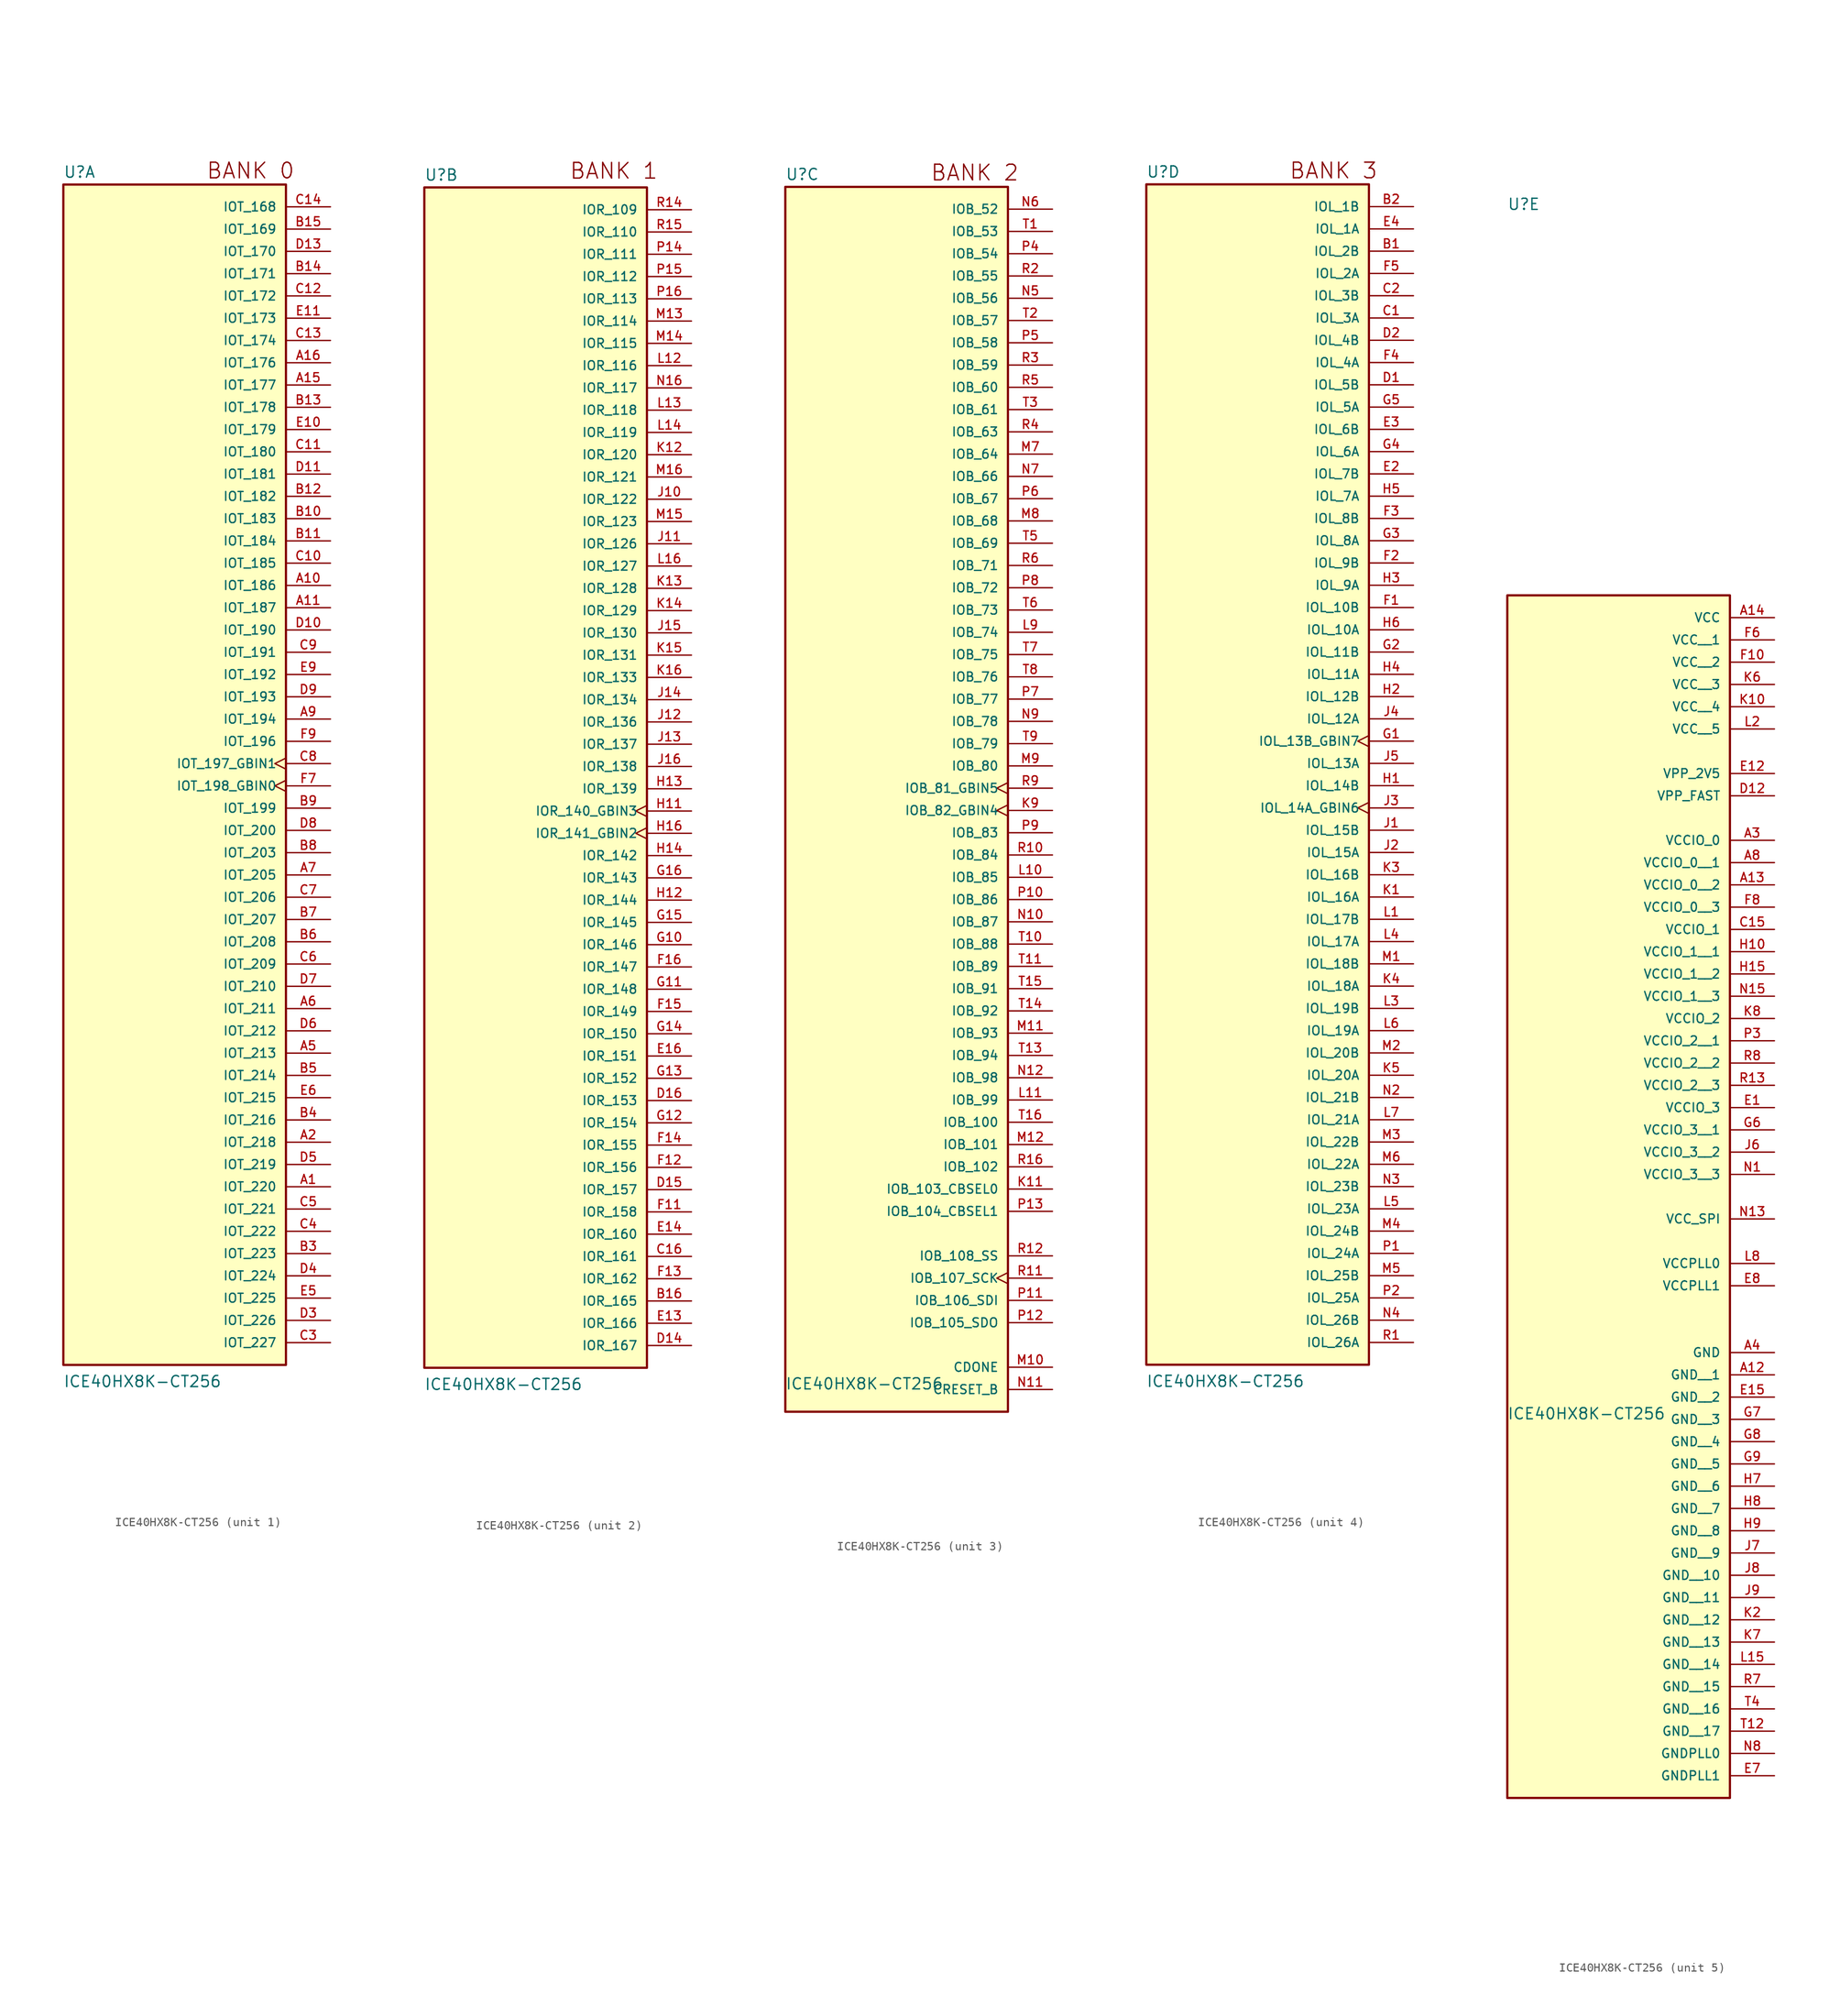
<source format=kicad_sym>
(kicad_symbol_lib
  (version 20231120)
  (generator "kicad_symbol_editor")
  (generator_version "8.0")
  (symbol "ICE40HX8K-CT256"
    (pin_names
      (offset 1.016))
    (property "Reference" "U"
      (at -12.708 69.259 0)
      (effects (font (size 1.27 1.27)) (justify left bottom)))
    (property "Value" "ICE40HX8K-CT256"
      (at -12.718 -68.676 0)
      (effects (font (size 1.27 1.27)) (justify left bottom)))
    (symbol "ICE40HX8K-CT256_1_0"
      (rectangle (start -12.7 -66.04) (end 12.7 68.58) (stroke (width 0.254) (type default)) (fill (type background)))
      (text "BANK 0" (at 3.558 69.127 0) (effects (font (size 1.779 1.779)) (justify left bottom)))
      (pin bidirectional line (at 17.78 -45.72 180) (length 5.08) (name "IOT_220" (effects (font (size 1.016 1.016)))) (number "A1" (effects (font (size 1.016 1.016)))))
      (pin bidirectional line (at 17.78 22.86 180) (length 5.08) (name "IOT_186" (effects (font (size 1.016 1.016)))) (number "A10" (effects (font (size 1.016 1.016)))))
      (pin bidirectional line (at 17.78 20.32 180) (length 5.08) (name "IOT_187" (effects (font (size 1.016 1.016)))) (number "A11" (effects (font (size 1.016 1.016)))))
      (pin bidirectional line (at 17.78 45.72 180) (length 5.08) (name "IOT_177" (effects (font (size 1.016 1.016)))) (number "A15" (effects (font (size 1.016 1.016)))))
      (pin bidirectional line (at 17.78 48.26 180) (length 5.08) (name "IOT_176" (effects (font (size 1.016 1.016)))) (number "A16" (effects (font (size 1.016 1.016)))))
      (pin bidirectional line (at 17.78 -40.64 180) (length 5.08) (name "IOT_218" (effects (font (size 1.016 1.016)))) (number "A2" (effects (font (size 1.016 1.016)))))
      (pin bidirectional line (at 17.78 -30.48 180) (length 5.08) (name "IOT_213" (effects (font (size 1.016 1.016)))) (number "A5" (effects (font (size 1.016 1.016)))))
      (pin bidirectional line (at 17.78 -25.4 180) (length 5.08) (name "IOT_211" (effects (font (size 1.016 1.016)))) (number "A6" (effects (font (size 1.016 1.016)))))
      (pin bidirectional line (at 17.78 -10.16 180) (length 5.08) (name "IOT_205" (effects (font (size 1.016 1.016)))) (number "A7" (effects (font (size 1.016 1.016)))))
      (pin bidirectional line (at 17.78 7.62 180) (length 5.08) (name "IOT_194" (effects (font (size 1.016 1.016)))) (number "A9" (effects (font (size 1.016 1.016)))))
      (pin bidirectional line (at 17.78 30.48 180) (length 5.08) (name "IOT_183" (effects (font (size 1.016 1.016)))) (number "B10" (effects (font (size 1.016 1.016)))))
      (pin bidirectional line (at 17.78 27.94 180) (length 5.08) (name "IOT_184" (effects (font (size 1.016 1.016)))) (number "B11" (effects (font (size 1.016 1.016)))))
      (pin bidirectional line (at 17.78 33.02 180) (length 5.08) (name "IOT_182" (effects (font (size 1.016 1.016)))) (number "B12" (effects (font (size 1.016 1.016)))))
      (pin bidirectional line (at 17.78 43.18 180) (length 5.08) (name "IOT_178" (effects (font (size 1.016 1.016)))) (number "B13" (effects (font (size 1.016 1.016)))))
      (pin bidirectional line (at 17.78 58.42 180) (length 5.08) (name "IOT_171" (effects (font (size 1.016 1.016)))) (number "B14" (effects (font (size 1.016 1.016)))))
      (pin bidirectional line (at 17.78 63.5 180) (length 5.08) (name "IOT_169" (effects (font (size 1.016 1.016)))) (number "B15" (effects (font (size 1.016 1.016)))))
      (pin bidirectional line (at 17.78 -53.34 180) (length 5.08) (name "IOT_223" (effects (font (size 1.016 1.016)))) (number "B3" (effects (font (size 1.016 1.016)))))
      (pin bidirectional line (at 17.78 -38.1 180) (length 5.08) (name "IOT_216" (effects (font (size 1.016 1.016)))) (number "B4" (effects (font (size 1.016 1.016)))))
      (pin bidirectional line (at 17.78 -33.02 180) (length 5.08) (name "IOT_214" (effects (font (size 1.016 1.016)))) (number "B5" (effects (font (size 1.016 1.016)))))
      (pin bidirectional line (at 17.78 -17.78 180) (length 5.08) (name "IOT_208" (effects (font (size 1.016 1.016)))) (number "B6" (effects (font (size 1.016 1.016)))))
      (pin bidirectional line (at 17.78 -15.24 180) (length 5.08) (name "IOT_207" (effects (font (size 1.016 1.016)))) (number "B7" (effects (font (size 1.016 1.016)))))
      (pin bidirectional line (at 17.78 -7.62 180) (length 5.08) (name "IOT_203" (effects (font (size 1.016 1.016)))) (number "B8" (effects (font (size 1.016 1.016)))))
      (pin bidirectional line (at 17.78 -2.54 180) (length 5.08) (name "IOT_199" (effects (font (size 1.016 1.016)))) (number "B9" (effects (font (size 1.016 1.016)))))
      (pin bidirectional line (at 17.78 25.4 180) (length 5.08) (name "IOT_185" (effects (font (size 1.016 1.016)))) (number "C10" (effects (font (size 1.016 1.016)))))
      (pin bidirectional line (at 17.78 38.1 180) (length 5.08) (name "IOT_180" (effects (font (size 1.016 1.016)))) (number "C11" (effects (font (size 1.016 1.016)))))
      (pin bidirectional line (at 17.78 55.88 180) (length 5.08) (name "IOT_172" (effects (font (size 1.016 1.016)))) (number "C12" (effects (font (size 1.016 1.016)))))
      (pin bidirectional line (at 17.78 50.8 180) (length 5.08) (name "IOT_174" (effects (font (size 1.016 1.016)))) (number "C13" (effects (font (size 1.016 1.016)))))
      (pin bidirectional line (at 17.78 66.04 180) (length 5.08) (name "IOT_168" (effects (font (size 1.016 1.016)))) (number "C14" (effects (font (size 1.016 1.016)))))
      (pin bidirectional line (at 17.78 -63.5 180) (length 5.08) (name "IOT_227" (effects (font (size 1.016 1.016)))) (number "C3" (effects (font (size 1.016 1.016)))))
      (pin bidirectional line (at 17.78 -50.8 180) (length 5.08) (name "IOT_222" (effects (font (size 1.016 1.016)))) (number "C4" (effects (font (size 1.016 1.016)))))
      (pin bidirectional line (at 17.78 -48.26 180) (length 5.08) (name "IOT_221" (effects (font (size 1.016 1.016)))) (number "C5" (effects (font (size 1.016 1.016)))))
      (pin bidirectional line (at 17.78 -20.32 180) (length 5.08) (name "IOT_209" (effects (font (size 1.016 1.016)))) (number "C6" (effects (font (size 1.016 1.016)))))
      (pin bidirectional line (at 17.78 -12.7 180) (length 5.08) (name "IOT_206" (effects (font (size 1.016 1.016)))) (number "C7" (effects (font (size 1.016 1.016)))))
      (pin bidirectional clock (at 17.78 2.54 180) (length 5.08) (name "IOT_197_GBIN1" (effects (font (size 1.016 1.016)))) (number "C8" (effects (font (size 1.016 1.016)))))
      (pin bidirectional line (at 17.78 15.24 180) (length 5.08) (name "IOT_191" (effects (font (size 1.016 1.016)))) (number "C9" (effects (font (size 1.016 1.016)))))
      (pin bidirectional line (at 17.78 17.78 180) (length 5.08) (name "IOT_190" (effects (font (size 1.016 1.016)))) (number "D10" (effects (font (size 1.016 1.016)))))
      (pin bidirectional line (at 17.78 35.56 180) (length 5.08) (name "IOT_181" (effects (font (size 1.016 1.016)))) (number "D11" (effects (font (size 1.016 1.016)))))
      (pin bidirectional line (at 17.78 60.96 180) (length 5.08) (name "IOT_170" (effects (font (size 1.016 1.016)))) (number "D13" (effects (font (size 1.016 1.016)))))
      (pin bidirectional line (at 17.78 -60.96 180) (length 5.08) (name "IOT_226" (effects (font (size 1.016 1.016)))) (number "D3" (effects (font (size 1.016 1.016)))))
      (pin bidirectional line (at 17.78 -55.88 180) (length 5.08) (name "IOT_224" (effects (font (size 1.016 1.016)))) (number "D4" (effects (font (size 1.016 1.016)))))
      (pin bidirectional line (at 17.78 -43.18 180) (length 5.08) (name "IOT_219" (effects (font (size 1.016 1.016)))) (number "D5" (effects (font (size 1.016 1.016)))))
      (pin bidirectional line (at 17.78 -27.94 180) (length 5.08) (name "IOT_212" (effects (font (size 1.016 1.016)))) (number "D6" (effects (font (size 1.016 1.016)))))
      (pin bidirectional line (at 17.78 -22.86 180) (length 5.08) (name "IOT_210" (effects (font (size 1.016 1.016)))) (number "D7" (effects (font (size 1.016 1.016)))))
      (pin bidirectional line (at 17.78 -5.08 180) (length 5.08) (name "IOT_200" (effects (font (size 1.016 1.016)))) (number "D8" (effects (font (size 1.016 1.016)))))
      (pin bidirectional line (at 17.78 10.16 180) (length 5.08) (name "IOT_193" (effects (font (size 1.016 1.016)))) (number "D9" (effects (font (size 1.016 1.016)))))
      (pin bidirectional line (at 17.78 40.64 180) (length 5.08) (name "IOT_179" (effects (font (size 1.016 1.016)))) (number "E10" (effects (font (size 1.016 1.016)))))
      (pin bidirectional line (at 17.78 53.34 180) (length 5.08) (name "IOT_173" (effects (font (size 1.016 1.016)))) (number "E11" (effects (font (size 1.016 1.016)))))
      (pin bidirectional line (at 17.78 -58.42 180) (length 5.08) (name "IOT_225" (effects (font (size 1.016 1.016)))) (number "E5" (effects (font (size 1.016 1.016)))))
      (pin bidirectional line (at 17.78 -35.56 180) (length 5.08) (name "IOT_215" (effects (font (size 1.016 1.016)))) (number "E6" (effects (font (size 1.016 1.016)))))
      (pin bidirectional line (at 17.78 12.7 180) (length 5.08) (name "IOT_192" (effects (font (size 1.016 1.016)))) (number "E9" (effects (font (size 1.016 1.016)))))
      (pin bidirectional clock (at 17.78 0 180) (length 5.08) (name "IOT_198_GBIN0" (effects (font (size 1.016 1.016)))) (number "F7" (effects (font (size 1.016 1.016)))))
      (pin bidirectional line (at 17.78 5.08 180) (length 5.08) (name "IOT_196" (effects (font (size 1.016 1.016)))) (number "F9" (effects (font (size 1.016 1.016))))))
    (symbol "ICE40HX8K-CT256_2_0"
      (rectangle (start -12.7 -66.04) (end 12.7 68.58) (stroke (width 0.254) (type default)) (fill (type background)))
      (text "BANK 1" (at 3.815 69.429 0) (effects (font (size 1.78 1.78)) (justify left bottom)))
      (pin bidirectional line (at 17.78 -58.42 180) (length 5.08) (name "IOR_165" (effects (font (size 1.016 1.016)))) (number "B16" (effects (font (size 1.016 1.016)))))
      (pin bidirectional line (at 17.78 -53.34 180) (length 5.08) (name "IOR_161" (effects (font (size 1.016 1.016)))) (number "C16" (effects (font (size 1.016 1.016)))))
      (pin bidirectional line (at 17.78 -63.5 180) (length 5.08) (name "IOR_167" (effects (font (size 1.016 1.016)))) (number "D14" (effects (font (size 1.016 1.016)))))
      (pin bidirectional line (at 17.78 -45.72 180) (length 5.08) (name "IOR_157" (effects (font (size 1.016 1.016)))) (number "D15" (effects (font (size 1.016 1.016)))))
      (pin bidirectional line (at 17.78 -35.56 180) (length 5.08) (name "IOR_153" (effects (font (size 1.016 1.016)))) (number "D16" (effects (font (size 1.016 1.016)))))
      (pin bidirectional line (at 17.78 -60.96 180) (length 5.08) (name "IOR_166" (effects (font (size 1.016 1.016)))) (number "E13" (effects (font (size 1.016 1.016)))))
      (pin bidirectional line (at 17.78 -50.8 180) (length 5.08) (name "IOR_160" (effects (font (size 1.016 1.016)))) (number "E14" (effects (font (size 1.016 1.016)))))
      (pin bidirectional line (at 17.78 -30.48 180) (length 5.08) (name "IOR_151" (effects (font (size 1.016 1.016)))) (number "E16" (effects (font (size 1.016 1.016)))))
      (pin bidirectional line (at 17.78 -48.26 180) (length 5.08) (name "IOR_158" (effects (font (size 1.016 1.016)))) (number "F11" (effects (font (size 1.016 1.016)))))
      (pin bidirectional line (at 17.78 -43.18 180) (length 5.08) (name "IOR_156" (effects (font (size 1.016 1.016)))) (number "F12" (effects (font (size 1.016 1.016)))))
      (pin bidirectional line (at 17.78 -55.88 180) (length 5.08) (name "IOR_162" (effects (font (size 1.016 1.016)))) (number "F13" (effects (font (size 1.016 1.016)))))
      (pin bidirectional line (at 17.78 -40.64 180) (length 5.08) (name "IOR_155" (effects (font (size 1.016 1.016)))) (number "F14" (effects (font (size 1.016 1.016)))))
      (pin bidirectional line (at 17.78 -25.4 180) (length 5.08) (name "IOR_149" (effects (font (size 1.016 1.016)))) (number "F15" (effects (font (size 1.016 1.016)))))
      (pin bidirectional line (at 17.78 -20.32 180) (length 5.08) (name "IOR_147" (effects (font (size 1.016 1.016)))) (number "F16" (effects (font (size 1.016 1.016)))))
      (pin bidirectional line (at 17.78 -17.78 180) (length 5.08) (name "IOR_146" (effects (font (size 1.016 1.016)))) (number "G10" (effects (font (size 1.016 1.016)))))
      (pin bidirectional line (at 17.78 -22.86 180) (length 5.08) (name "IOR_148" (effects (font (size 1.016 1.016)))) (number "G11" (effects (font (size 1.016 1.016)))))
      (pin bidirectional line (at 17.78 -38.1 180) (length 5.08) (name "IOR_154" (effects (font (size 1.016 1.016)))) (number "G12" (effects (font (size 1.016 1.016)))))
      (pin bidirectional line (at 17.78 -33.02 180) (length 5.08) (name "IOR_152" (effects (font (size 1.016 1.016)))) (number "G13" (effects (font (size 1.016 1.016)))))
      (pin bidirectional line (at 17.78 -27.94 180) (length 5.08) (name "IOR_150" (effects (font (size 1.016 1.016)))) (number "G14" (effects (font (size 1.016 1.016)))))
      (pin bidirectional line (at 17.78 -15.24 180) (length 5.08) (name "IOR_145" (effects (font (size 1.016 1.016)))) (number "G15" (effects (font (size 1.016 1.016)))))
      (pin bidirectional line (at 17.78 -10.16 180) (length 5.08) (name "IOR_143" (effects (font (size 1.016 1.016)))) (number "G16" (effects (font (size 1.016 1.016)))))
      (pin bidirectional clock (at 17.78 -2.54 180) (length 5.08) (name "IOR_140_GBIN3" (effects (font (size 1.016 1.016)))) (number "H11" (effects (font (size 1.016 1.016)))))
      (pin bidirectional line (at 17.78 -12.7 180) (length 5.08) (name "IOR_144" (effects (font (size 1.016 1.016)))) (number "H12" (effects (font (size 1.016 1.016)))))
      (pin bidirectional line (at 17.78 0 180) (length 5.08) (name "IOR_139" (effects (font (size 1.016 1.016)))) (number "H13" (effects (font (size 1.016 1.016)))))
      (pin bidirectional line (at 17.78 -7.62 180) (length 5.08) (name "IOR_142" (effects (font (size 1.016 1.016)))) (number "H14" (effects (font (size 1.016 1.016)))))
      (pin bidirectional clock (at 17.78 -5.08 180) (length 5.08) (name "IOR_141_GBIN2" (effects (font (size 1.016 1.016)))) (number "H16" (effects (font (size 1.016 1.016)))))
      (pin bidirectional line (at 17.78 33.02 180) (length 5.08) (name "IOR_122" (effects (font (size 1.016 1.016)))) (number "J10" (effects (font (size 1.016 1.016)))))
      (pin bidirectional line (at 17.78 27.94 180) (length 5.08) (name "IOR_126" (effects (font (size 1.016 1.016)))) (number "J11" (effects (font (size 1.016 1.016)))))
      (pin bidirectional line (at 17.78 7.62 180) (length 5.08) (name "IOR_136" (effects (font (size 1.016 1.016)))) (number "J12" (effects (font (size 1.016 1.016)))))
      (pin bidirectional line (at 17.78 5.08 180) (length 5.08) (name "IOR_137" (effects (font (size 1.016 1.016)))) (number "J13" (effects (font (size 1.016 1.016)))))
      (pin bidirectional line (at 17.78 10.16 180) (length 5.08) (name "IOR_134" (effects (font (size 1.016 1.016)))) (number "J14" (effects (font (size 1.016 1.016)))))
      (pin bidirectional line (at 17.78 17.78 180) (length 5.08) (name "IOR_130" (effects (font (size 1.016 1.016)))) (number "J15" (effects (font (size 1.016 1.016)))))
      (pin bidirectional line (at 17.78 2.54 180) (length 5.08) (name "IOR_138" (effects (font (size 1.016 1.016)))) (number "J16" (effects (font (size 1.016 1.016)))))
      (pin bidirectional line (at 17.78 38.1 180) (length 5.08) (name "IOR_120" (effects (font (size 1.016 1.016)))) (number "K12" (effects (font (size 1.016 1.016)))))
      (pin bidirectional line (at 17.78 22.86 180) (length 5.08) (name "IOR_128" (effects (font (size 1.016 1.016)))) (number "K13" (effects (font (size 1.016 1.016)))))
      (pin bidirectional line (at 17.78 20.32 180) (length 5.08) (name "IOR_129" (effects (font (size 1.016 1.016)))) (number "K14" (effects (font (size 1.016 1.016)))))
      (pin bidirectional line (at 17.78 15.24 180) (length 5.08) (name "IOR_131" (effects (font (size 1.016 1.016)))) (number "K15" (effects (font (size 1.016 1.016)))))
      (pin bidirectional line (at 17.78 12.7 180) (length 5.08) (name "IOR_133" (effects (font (size 1.016 1.016)))) (number "K16" (effects (font (size 1.016 1.016)))))
      (pin bidirectional line (at 17.78 48.26 180) (length 5.08) (name "IOR_116" (effects (font (size 1.016 1.016)))) (number "L12" (effects (font (size 1.016 1.016)))))
      (pin bidirectional line (at 17.78 43.18 180) (length 5.08) (name "IOR_118" (effects (font (size 1.016 1.016)))) (number "L13" (effects (font (size 1.016 1.016)))))
      (pin bidirectional line (at 17.78 40.64 180) (length 5.08) (name "IOR_119" (effects (font (size 1.016 1.016)))) (number "L14" (effects (font (size 1.016 1.016)))))
      (pin bidirectional line (at 17.78 25.4 180) (length 5.08) (name "IOR_127" (effects (font (size 1.016 1.016)))) (number "L16" (effects (font (size 1.016 1.016)))))
      (pin bidirectional line (at 17.78 53.34 180) (length 5.08) (name "IOR_114" (effects (font (size 1.016 1.016)))) (number "M13" (effects (font (size 1.016 1.016)))))
      (pin bidirectional line (at 17.78 50.8 180) (length 5.08) (name "IOR_115" (effects (font (size 1.016 1.016)))) (number "M14" (effects (font (size 1.016 1.016)))))
      (pin bidirectional line (at 17.78 30.48 180) (length 5.08) (name "IOR_123" (effects (font (size 1.016 1.016)))) (number "M15" (effects (font (size 1.016 1.016)))))
      (pin bidirectional line (at 17.78 35.56 180) (length 5.08) (name "IOR_121" (effects (font (size 1.016 1.016)))) (number "M16" (effects (font (size 1.016 1.016)))))
      (pin bidirectional line (at 17.78 45.72 180) (length 5.08) (name "IOR_117" (effects (font (size 1.016 1.016)))) (number "N16" (effects (font (size 1.016 1.016)))))
      (pin bidirectional line (at 17.78 60.96 180) (length 5.08) (name "IOR_111" (effects (font (size 1.016 1.016)))) (number "P14" (effects (font (size 1.016 1.016)))))
      (pin bidirectional line (at 17.78 58.42 180) (length 5.08) (name "IOR_112" (effects (font (size 1.016 1.016)))) (number "P15" (effects (font (size 1.016 1.016)))))
      (pin bidirectional line (at 17.78 55.88 180) (length 5.08) (name "IOR_113" (effects (font (size 1.016 1.016)))) (number "P16" (effects (font (size 1.016 1.016)))))
      (pin bidirectional line (at 17.78 66.04 180) (length 5.08) (name "IOR_109" (effects (font (size 1.016 1.016)))) (number "R14" (effects (font (size 1.016 1.016)))))
      (pin bidirectional line (at 17.78 63.5 180) (length 5.08) (name "IOR_110" (effects (font (size 1.016 1.016)))) (number "R15" (effects (font (size 1.016 1.016))))))
    (symbol "ICE40HX8K-CT256_3_0"
      (rectangle (start -12.7 -71.12) (end 12.7 68.58) (stroke (width 0.254) (type default)) (fill (type background)))
      (text "BANK 2" (at 3.814 69.16 0) (effects (font (size 1.78 1.78)) (justify left bottom)))
      (pin bidirectional line (at 17.78 -45.72 180) (length 5.08) (name "IOB_103_CBSEL0" (effects (font (size 1.016 1.016)))) (number "K11" (effects (font (size 1.016 1.016)))))
      (pin bidirectional clock (at 17.78 -2.54 180) (length 5.08) (name "IOB_82_GBIN4" (effects (font (size 1.016 1.016)))) (number "K9" (effects (font (size 1.016 1.016)))))
      (pin bidirectional line (at 17.78 -10.16 180) (length 5.08) (name "IOB_85" (effects (font (size 1.016 1.016)))) (number "L10" (effects (font (size 1.016 1.016)))))
      (pin bidirectional line (at 17.78 -35.56 180) (length 5.08) (name "IOB_99" (effects (font (size 1.016 1.016)))) (number "L11" (effects (font (size 1.016 1.016)))))
      (pin bidirectional line (at 17.78 17.78 180) (length 5.08) (name "IOB_74" (effects (font (size 1.016 1.016)))) (number "L9" (effects (font (size 1.016 1.016)))))
      (pin bidirectional line (at 17.78 -66.04 180) (length 5.08) (name "CDONE" (effects (font (size 1.016 1.016)))) (number "M10" (effects (font (size 1.016 1.016)))))
      (pin bidirectional line (at 17.78 -27.94 180) (length 5.08) (name "IOB_93" (effects (font (size 1.016 1.016)))) (number "M11" (effects (font (size 1.016 1.016)))))
      (pin bidirectional line (at 17.78 -40.64 180) (length 5.08) (name "IOB_101" (effects (font (size 1.016 1.016)))) (number "M12" (effects (font (size 1.016 1.016)))))
      (pin bidirectional line (at 17.78 38.1 180) (length 5.08) (name "IOB_64" (effects (font (size 1.016 1.016)))) (number "M7" (effects (font (size 1.016 1.016)))))
      (pin bidirectional line (at 17.78 30.48 180) (length 5.08) (name "IOB_68" (effects (font (size 1.016 1.016)))) (number "M8" (effects (font (size 1.016 1.016)))))
      (pin bidirectional line (at 17.78 2.54 180) (length 5.08) (name "IOB_80" (effects (font (size 1.016 1.016)))) (number "M9" (effects (font (size 1.016 1.016)))))
      (pin bidirectional line (at 17.78 -15.24 180) (length 5.08) (name "IOB_87" (effects (font (size 1.016 1.016)))) (number "N10" (effects (font (size 1.016 1.016)))))
      (pin input line (at 17.78 -68.58 180) (length 5.08) (name "CRESET_B" (effects (font (size 1.016 1.016)))) (number "N11" (effects (font (size 1.016 1.016)))))
      (pin bidirectional line (at 17.78 -33.02 180) (length 5.08) (name "IOB_98" (effects (font (size 1.016 1.016)))) (number "N12" (effects (font (size 1.016 1.016)))))
      (pin bidirectional line (at 17.78 55.88 180) (length 5.08) (name "IOB_56" (effects (font (size 1.016 1.016)))) (number "N5" (effects (font (size 1.016 1.016)))))
      (pin bidirectional line (at 17.78 66.04 180) (length 5.08) (name "IOB_52" (effects (font (size 1.016 1.016)))) (number "N6" (effects (font (size 1.016 1.016)))))
      (pin bidirectional line (at 17.78 35.56 180) (length 5.08) (name "IOB_66" (effects (font (size 1.016 1.016)))) (number "N7" (effects (font (size 1.016 1.016)))))
      (pin bidirectional line (at 17.78 7.62 180) (length 5.08) (name "IOB_78" (effects (font (size 1.016 1.016)))) (number "N9" (effects (font (size 1.016 1.016)))))
      (pin bidirectional line (at 17.78 -12.7 180) (length 5.08) (name "IOB_86" (effects (font (size 1.016 1.016)))) (number "P10" (effects (font (size 1.016 1.016)))))
      (pin bidirectional line (at 17.78 -58.42 180) (length 5.08) (name "IOB_106_SDI" (effects (font (size 1.016 1.016)))) (number "P11" (effects (font (size 1.016 1.016)))))
      (pin bidirectional line (at 17.78 -60.96 180) (length 5.08) (name "IOB_105_SDO" (effects (font (size 1.016 1.016)))) (number "P12" (effects (font (size 1.016 1.016)))))
      (pin bidirectional line (at 17.78 -48.26 180) (length 5.08) (name "IOB_104_CBSEL1" (effects (font (size 1.016 1.016)))) (number "P13" (effects (font (size 1.016 1.016)))))
      (pin bidirectional line (at 17.78 60.96 180) (length 5.08) (name "IOB_54" (effects (font (size 1.016 1.016)))) (number "P4" (effects (font (size 1.016 1.016)))))
      (pin bidirectional line (at 17.78 50.8 180) (length 5.08) (name "IOB_58" (effects (font (size 1.016 1.016)))) (number "P5" (effects (font (size 1.016 1.016)))))
      (pin bidirectional line (at 17.78 33.02 180) (length 5.08) (name "IOB_67" (effects (font (size 1.016 1.016)))) (number "P6" (effects (font (size 1.016 1.016)))))
      (pin bidirectional line (at 17.78 10.16 180) (length 5.08) (name "IOB_77" (effects (font (size 1.016 1.016)))) (number "P7" (effects (font (size 1.016 1.016)))))
      (pin bidirectional line (at 17.78 22.86 180) (length 5.08) (name "IOB_72" (effects (font (size 1.016 1.016)))) (number "P8" (effects (font (size 1.016 1.016)))))
      (pin bidirectional line (at 17.78 -5.08 180) (length 5.08) (name "IOB_83" (effects (font (size 1.016 1.016)))) (number "P9" (effects (font (size 1.016 1.016)))))
      (pin bidirectional line (at 17.78 -7.62 180) (length 5.08) (name "IOB_84" (effects (font (size 1.016 1.016)))) (number "R10" (effects (font (size 1.016 1.016)))))
      (pin bidirectional clock (at 17.78 -55.88 180) (length 5.08) (name "IOB_107_SCK" (effects (font (size 1.016 1.016)))) (number "R11" (effects (font (size 1.016 1.016)))))
      (pin bidirectional line (at 17.78 -53.34 180) (length 5.08) (name "IOB_108_SS" (effects (font (size 1.016 1.016)))) (number "R12" (effects (font (size 1.016 1.016)))))
      (pin bidirectional line (at 17.78 -43.18 180) (length 5.08) (name "IOB_102" (effects (font (size 1.016 1.016)))) (number "R16" (effects (font (size 1.016 1.016)))))
      (pin bidirectional line (at 17.78 58.42 180) (length 5.08) (name "IOB_55" (effects (font (size 1.016 1.016)))) (number "R2" (effects (font (size 1.016 1.016)))))
      (pin bidirectional line (at 17.78 48.26 180) (length 5.08) (name "IOB_59" (effects (font (size 1.016 1.016)))) (number "R3" (effects (font (size 1.016 1.016)))))
      (pin bidirectional line (at 17.78 40.64 180) (length 5.08) (name "IOB_63" (effects (font (size 1.016 1.016)))) (number "R4" (effects (font (size 1.016 1.016)))))
      (pin bidirectional line (at 17.78 45.72 180) (length 5.08) (name "IOB_60" (effects (font (size 1.016 1.016)))) (number "R5" (effects (font (size 1.016 1.016)))))
      (pin bidirectional line (at 17.78 25.4 180) (length 5.08) (name "IOB_71" (effects (font (size 1.016 1.016)))) (number "R6" (effects (font (size 1.016 1.016)))))
      (pin bidirectional clock (at 17.78 0 180) (length 5.08) (name "IOB_81_GBIN5" (effects (font (size 1.016 1.016)))) (number "R9" (effects (font (size 1.016 1.016)))))
      (pin bidirectional line (at 17.78 63.5 180) (length 5.08) (name "IOB_53" (effects (font (size 1.016 1.016)))) (number "T1" (effects (font (size 1.016 1.016)))))
      (pin bidirectional line (at 17.78 -17.78 180) (length 5.08) (name "IOB_88" (effects (font (size 1.016 1.016)))) (number "T10" (effects (font (size 1.016 1.016)))))
      (pin bidirectional line (at 17.78 -20.32 180) (length 5.08) (name "IOB_89" (effects (font (size 1.016 1.016)))) (number "T11" (effects (font (size 1.016 1.016)))))
      (pin bidirectional line (at 17.78 -30.48 180) (length 5.08) (name "IOB_94" (effects (font (size 1.016 1.016)))) (number "T13" (effects (font (size 1.016 1.016)))))
      (pin bidirectional line (at 17.78 -25.4 180) (length 5.08) (name "IOB_92" (effects (font (size 1.016 1.016)))) (number "T14" (effects (font (size 1.016 1.016)))))
      (pin bidirectional line (at 17.78 -22.86 180) (length 5.08) (name "IOB_91" (effects (font (size 1.016 1.016)))) (number "T15" (effects (font (size 1.016 1.016)))))
      (pin bidirectional line (at 17.78 -38.1 180) (length 5.08) (name "IOB_100" (effects (font (size 1.016 1.016)))) (number "T16" (effects (font (size 1.016 1.016)))))
      (pin bidirectional line (at 17.78 53.34 180) (length 5.08) (name "IOB_57" (effects (font (size 1.016 1.016)))) (number "T2" (effects (font (size 1.016 1.016)))))
      (pin bidirectional line (at 17.78 43.18 180) (length 5.08) (name "IOB_61" (effects (font (size 1.016 1.016)))) (number "T3" (effects (font (size 1.016 1.016)))))
      (pin bidirectional line (at 17.78 27.94 180) (length 5.08) (name "IOB_69" (effects (font (size 1.016 1.016)))) (number "T5" (effects (font (size 1.016 1.016)))))
      (pin bidirectional line (at 17.78 20.32 180) (length 5.08) (name "IOB_73" (effects (font (size 1.016 1.016)))) (number "T6" (effects (font (size 1.016 1.016)))))
      (pin bidirectional line (at 17.78 15.24 180) (length 5.08) (name "IOB_75" (effects (font (size 1.016 1.016)))) (number "T7" (effects (font (size 1.016 1.016)))))
      (pin bidirectional line (at 17.78 12.7 180) (length 5.08) (name "IOB_76" (effects (font (size 1.016 1.016)))) (number "T8" (effects (font (size 1.016 1.016)))))
      (pin bidirectional line (at 17.78 5.08 180) (length 5.08) (name "IOB_79" (effects (font (size 1.016 1.016)))) (number "T9" (effects (font (size 1.016 1.016))))))
    (symbol "ICE40HX8K-CT256_4_0"
      (rectangle (start -12.7 -66.04) (end 12.7 68.58) (stroke (width 0.254) (type default)) (fill (type background)))
      (text "BANK 3" (at 3.557 69.109 0) (effects (font (size 1.779 1.779)) (justify left bottom)))
      (pin bidirectional line (at 17.78 60.96 180) (length 5.08) (name "IOL_2B" (effects (font (size 1.016 1.016)))) (number "B1" (effects (font (size 1.016 1.016)))))
      (pin bidirectional line (at 17.78 66.04 180) (length 5.08) (name "IOL_1B" (effects (font (size 1.016 1.016)))) (number "B2" (effects (font (size 1.016 1.016)))))
      (pin bidirectional line (at 17.78 53.34 180) (length 5.08) (name "IOL_3A" (effects (font (size 1.016 1.016)))) (number "C1" (effects (font (size 1.016 1.016)))))
      (pin bidirectional line (at 17.78 55.88 180) (length 5.08) (name "IOL_3B" (effects (font (size 1.016 1.016)))) (number "C2" (effects (font (size 1.016 1.016)))))
      (pin bidirectional line (at 17.78 45.72 180) (length 5.08) (name "IOL_5B" (effects (font (size 1.016 1.016)))) (number "D1" (effects (font (size 1.016 1.016)))))
      (pin bidirectional line (at 17.78 50.8 180) (length 5.08) (name "IOL_4B" (effects (font (size 1.016 1.016)))) (number "D2" (effects (font (size 1.016 1.016)))))
      (pin bidirectional line (at 17.78 35.56 180) (length 5.08) (name "IOL_7B" (effects (font (size 1.016 1.016)))) (number "E2" (effects (font (size 1.016 1.016)))))
      (pin bidirectional line (at 17.78 40.64 180) (length 5.08) (name "IOL_6B" (effects (font (size 1.016 1.016)))) (number "E3" (effects (font (size 1.016 1.016)))))
      (pin bidirectional line (at 17.78 63.5 180) (length 5.08) (name "IOL_1A" (effects (font (size 1.016 1.016)))) (number "E4" (effects (font (size 1.016 1.016)))))
      (pin bidirectional line (at 17.78 20.32 180) (length 5.08) (name "IOL_10B" (effects (font (size 1.016 1.016)))) (number "F1" (effects (font (size 1.016 1.016)))))
      (pin bidirectional line (at 17.78 25.4 180) (length 5.08) (name "IOL_9B" (effects (font (size 1.016 1.016)))) (number "F2" (effects (font (size 1.016 1.016)))))
      (pin bidirectional line (at 17.78 30.48 180) (length 5.08) (name "IOL_8B" (effects (font (size 1.016 1.016)))) (number "F3" (effects (font (size 1.016 1.016)))))
      (pin bidirectional line (at 17.78 48.26 180) (length 5.08) (name "IOL_4A" (effects (font (size 1.016 1.016)))) (number "F4" (effects (font (size 1.016 1.016)))))
      (pin bidirectional line (at 17.78 58.42 180) (length 5.08) (name "IOL_2A" (effects (font (size 1.016 1.016)))) (number "F5" (effects (font (size 1.016 1.016)))))
      (pin bidirectional clock (at 17.78 5.08 180) (length 5.08) (name "IOL_13B_GBIN7" (effects (font (size 1.016 1.016)))) (number "G1" (effects (font (size 1.016 1.016)))))
      (pin bidirectional line (at 17.78 15.24 180) (length 5.08) (name "IOL_11B" (effects (font (size 1.016 1.016)))) (number "G2" (effects (font (size 1.016 1.016)))))
      (pin bidirectional line (at 17.78 27.94 180) (length 5.08) (name "IOL_8A" (effects (font (size 1.016 1.016)))) (number "G3" (effects (font (size 1.016 1.016)))))
      (pin bidirectional line (at 17.78 38.1 180) (length 5.08) (name "IOL_6A" (effects (font (size 1.016 1.016)))) (number "G4" (effects (font (size 1.016 1.016)))))
      (pin bidirectional line (at 17.78 43.18 180) (length 5.08) (name "IOL_5A" (effects (font (size 1.016 1.016)))) (number "G5" (effects (font (size 1.016 1.016)))))
      (pin bidirectional line (at 17.78 0 180) (length 5.08) (name "IOL_14B" (effects (font (size 1.016 1.016)))) (number "H1" (effects (font (size 1.016 1.016)))))
      (pin bidirectional line (at 17.78 10.16 180) (length 5.08) (name "IOL_12B" (effects (font (size 1.016 1.016)))) (number "H2" (effects (font (size 1.016 1.016)))))
      (pin bidirectional line (at 17.78 22.86 180) (length 5.08) (name "IOL_9A" (effects (font (size 1.016 1.016)))) (number "H3" (effects (font (size 1.016 1.016)))))
      (pin bidirectional line (at 17.78 12.7 180) (length 5.08) (name "IOL_11A" (effects (font (size 1.016 1.016)))) (number "H4" (effects (font (size 1.016 1.016)))))
      (pin bidirectional line (at 17.78 33.02 180) (length 5.08) (name "IOL_7A" (effects (font (size 1.016 1.016)))) (number "H5" (effects (font (size 1.016 1.016)))))
      (pin bidirectional line (at 17.78 17.78 180) (length 5.08) (name "IOL_10A" (effects (font (size 1.016 1.016)))) (number "H6" (effects (font (size 1.016 1.016)))))
      (pin bidirectional line (at 17.78 -5.08 180) (length 5.08) (name "IOL_15B" (effects (font (size 1.016 1.016)))) (number "J1" (effects (font (size 1.016 1.016)))))
      (pin bidirectional line (at 17.78 -7.62 180) (length 5.08) (name "IOL_15A" (effects (font (size 1.016 1.016)))) (number "J2" (effects (font (size 1.016 1.016)))))
      (pin bidirectional clock (at 17.78 -2.54 180) (length 5.08) (name "IOL_14A_GBIN6" (effects (font (size 1.016 1.016)))) (number "J3" (effects (font (size 1.016 1.016)))))
      (pin bidirectional line (at 17.78 7.62 180) (length 5.08) (name "IOL_12A" (effects (font (size 1.016 1.016)))) (number "J4" (effects (font (size 1.016 1.016)))))
      (pin bidirectional line (at 17.78 2.54 180) (length 5.08) (name "IOL_13A" (effects (font (size 1.016 1.016)))) (number "J5" (effects (font (size 1.016 1.016)))))
      (pin bidirectional line (at 17.78 -12.7 180) (length 5.08) (name "IOL_16A" (effects (font (size 1.016 1.016)))) (number "K1" (effects (font (size 1.016 1.016)))))
      (pin bidirectional line (at 17.78 -10.16 180) (length 5.08) (name "IOL_16B" (effects (font (size 1.016 1.016)))) (number "K3" (effects (font (size 1.016 1.016)))))
      (pin bidirectional line (at 17.78 -22.86 180) (length 5.08) (name "IOL_18A" (effects (font (size 1.016 1.016)))) (number "K4" (effects (font (size 1.016 1.016)))))
      (pin bidirectional line (at 17.78 -33.02 180) (length 5.08) (name "IOL_20A" (effects (font (size 1.016 1.016)))) (number "K5" (effects (font (size 1.016 1.016)))))
      (pin bidirectional line (at 17.78 -15.24 180) (length 5.08) (name "IOL_17B" (effects (font (size 1.016 1.016)))) (number "L1" (effects (font (size 1.016 1.016)))))
      (pin bidirectional line (at 17.78 -25.4 180) (length 5.08) (name "IOL_19B" (effects (font (size 1.016 1.016)))) (number "L3" (effects (font (size 1.016 1.016)))))
      (pin bidirectional line (at 17.78 -17.78 180) (length 5.08) (name "IOL_17A" (effects (font (size 1.016 1.016)))) (number "L4" (effects (font (size 1.016 1.016)))))
      (pin bidirectional line (at 17.78 -48.26 180) (length 5.08) (name "IOL_23A" (effects (font (size 1.016 1.016)))) (number "L5" (effects (font (size 1.016 1.016)))))
      (pin bidirectional line (at 17.78 -27.94 180) (length 5.08) (name "IOL_19A" (effects (font (size 1.016 1.016)))) (number "L6" (effects (font (size 1.016 1.016)))))
      (pin bidirectional line (at 17.78 -38.1 180) (length 5.08) (name "IOL_21A" (effects (font (size 1.016 1.016)))) (number "L7" (effects (font (size 1.016 1.016)))))
      (pin bidirectional line (at 17.78 -20.32 180) (length 5.08) (name "IOL_18B" (effects (font (size 1.016 1.016)))) (number "M1" (effects (font (size 1.016 1.016)))))
      (pin bidirectional line (at 17.78 -30.48 180) (length 5.08) (name "IOL_20B" (effects (font (size 1.016 1.016)))) (number "M2" (effects (font (size 1.016 1.016)))))
      (pin bidirectional line (at 17.78 -40.64 180) (length 5.08) (name "IOL_22B" (effects (font (size 1.016 1.016)))) (number "M3" (effects (font (size 1.016 1.016)))))
      (pin bidirectional line (at 17.78 -50.8 180) (length 5.08) (name "IOL_24B" (effects (font (size 1.016 1.016)))) (number "M4" (effects (font (size 1.016 1.016)))))
      (pin bidirectional line (at 17.78 -55.88 180) (length 5.08) (name "IOL_25B" (effects (font (size 1.016 1.016)))) (number "M5" (effects (font (size 1.016 1.016)))))
      (pin bidirectional line (at 17.78 -43.18 180) (length 5.08) (name "IOL_22A" (effects (font (size 1.016 1.016)))) (number "M6" (effects (font (size 1.016 1.016)))))
      (pin bidirectional line (at 17.78 -35.56 180) (length 5.08) (name "IOL_21B" (effects (font (size 1.016 1.016)))) (number "N2" (effects (font (size 1.016 1.016)))))
      (pin bidirectional line (at 17.78 -45.72 180) (length 5.08) (name "IOL_23B" (effects (font (size 1.016 1.016)))) (number "N3" (effects (font (size 1.016 1.016)))))
      (pin bidirectional line (at 17.78 -60.96 180) (length 5.08) (name "IOL_26B" (effects (font (size 1.016 1.016)))) (number "N4" (effects (font (size 1.016 1.016)))))
      (pin bidirectional line (at 17.78 -53.34 180) (length 5.08) (name "IOL_24A" (effects (font (size 1.016 1.016)))) (number "P1" (effects (font (size 1.016 1.016)))))
      (pin bidirectional line (at 17.78 -58.42 180) (length 5.08) (name "IOL_25A" (effects (font (size 1.016 1.016)))) (number "P2" (effects (font (size 1.016 1.016)))))
      (pin bidirectional line (at 17.78 -63.5 180) (length 5.08) (name "IOL_26A" (effects (font (size 1.016 1.016)))) (number "R1" (effects (font (size 1.016 1.016))))))
    (symbol "ICE40HX8K-CT256_5_0"
      (rectangle (start -12.7 -111.76) (end 12.7 25.4) (stroke (width 0.254) (type default)) (fill (type background)))
      (pin power_in line (at 17.78 -63.5 180) (length 5.08) (name "GND__1" (effects (font (size 1.016 1.016)))) (number "A12" (effects (font (size 1.016 1.016)))))
      (pin power_in line (at 17.78 -7.62 180) (length 5.08) (name "VCCIO_0__2" (effects (font (size 1.016 1.016)))) (number "A13" (effects (font (size 1.016 1.016)))))
      (pin power_in line (at 17.78 22.86 180) (length 5.08) (name "VCC" (effects (font (size 1.016 1.016)))) (number "A14" (effects (font (size 1.016 1.016)))))
      (pin power_in line (at 17.78 -2.54 180) (length 5.08) (name "VCCIO_0" (effects (font (size 1.016 1.016)))) (number "A3" (effects (font (size 1.016 1.016)))))
      (pin power_in line (at 17.78 -60.96 180) (length 5.08) (name "GND" (effects (font (size 1.016 1.016)))) (number "A4" (effects (font (size 1.016 1.016)))))
      (pin power_in line (at 17.78 -5.08 180) (length 5.08) (name "VCCIO_0__1" (effects (font (size 1.016 1.016)))) (number "A8" (effects (font (size 1.016 1.016)))))
      (pin power_in line (at 17.78 -12.7 180) (length 5.08) (name "VCCIO_1" (effects (font (size 1.016 1.016)))) (number "C15" (effects (font (size 1.016 1.016)))))
      (pin power_in line (at 17.78 2.54 180) (length 5.08) (name "VPP_FAST" (effects (font (size 1.016 1.016)))) (number "D12" (effects (font (size 1.016 1.016)))))
      (pin power_in line (at 17.78 -33.02 180) (length 5.08) (name "VCCIO_3" (effects (font (size 1.016 1.016)))) (number "E1" (effects (font (size 1.016 1.016)))))
      (pin power_in line (at 17.78 5.08 180) (length 5.08) (name "VPP_2V5" (effects (font (size 1.016 1.016)))) (number "E12" (effects (font (size 1.016 1.016)))))
      (pin power_in line (at 17.78 -66.04 180) (length 5.08) (name "GND__2" (effects (font (size 1.016 1.016)))) (number "E15" (effects (font (size 1.016 1.016)))))
      (pin power_in line (at 17.78 -109.22 180) (length 5.08) (name "GNDPLL1" (effects (font (size 1.016 1.016)))) (number "E7" (effects (font (size 1.016 1.016)))))
      (pin power_in line (at 17.78 -53.34 180) (length 5.08) (name "VCCPLL1" (effects (font (size 1.016 1.016)))) (number "E8" (effects (font (size 1.016 1.016)))))
      (pin power_in line (at 17.78 17.78 180) (length 5.08) (name "VCC__2" (effects (font (size 1.016 1.016)))) (number "F10" (effects (font (size 1.016 1.016)))))
      (pin power_in line (at 17.78 20.32 180) (length 5.08) (name "VCC__1" (effects (font (size 1.016 1.016)))) (number "F6" (effects (font (size 1.016 1.016)))))
      (pin power_in line (at 17.78 -10.16 180) (length 5.08) (name "VCCIO_0__3" (effects (font (size 1.016 1.016)))) (number "F8" (effects (font (size 1.016 1.016)))))
      (pin power_in line (at 17.78 -35.56 180) (length 5.08) (name "VCCIO_3__1" (effects (font (size 1.016 1.016)))) (number "G6" (effects (font (size 1.016 1.016)))))
      (pin power_in line (at 17.78 -68.58 180) (length 5.08) (name "GND__3" (effects (font (size 1.016 1.016)))) (number "G7" (effects (font (size 1.016 1.016)))))
      (pin power_in line (at 17.78 -71.12 180) (length 5.08) (name "GND__4" (effects (font (size 1.016 1.016)))) (number "G8" (effects (font (size 1.016 1.016)))))
      (pin power_in line (at 17.78 -73.66 180) (length 5.08) (name "GND__5" (effects (font (size 1.016 1.016)))) (number "G9" (effects (font (size 1.016 1.016)))))
      (pin power_in line (at 17.78 -15.24 180) (length 5.08) (name "VCCIO_1__1" (effects (font (size 1.016 1.016)))) (number "H10" (effects (font (size 1.016 1.016)))))
      (pin power_in line (at 17.78 -17.78 180) (length 5.08) (name "VCCIO_1__2" (effects (font (size 1.016 1.016)))) (number "H15" (effects (font (size 1.016 1.016)))))
      (pin power_in line (at 17.78 -76.2 180) (length 5.08) (name "GND__6" (effects (font (size 1.016 1.016)))) (number "H7" (effects (font (size 1.016 1.016)))))
      (pin power_in line (at 17.78 -78.74 180) (length 5.08) (name "GND__7" (effects (font (size 1.016 1.016)))) (number "H8" (effects (font (size 1.016 1.016)))))
      (pin power_in line (at 17.78 -81.28 180) (length 5.08) (name "GND__8" (effects (font (size 1.016 1.016)))) (number "H9" (effects (font (size 1.016 1.016)))))
      (pin power_in line (at 17.78 -38.1 180) (length 5.08) (name "VCCIO_3__2" (effects (font (size 1.016 1.016)))) (number "J6" (effects (font (size 1.016 1.016)))))
      (pin power_in line (at 17.78 -83.82 180) (length 5.08) (name "GND__9" (effects (font (size 1.016 1.016)))) (number "J7" (effects (font (size 1.016 1.016)))))
      (pin power_in line (at 17.78 -86.36 180) (length 5.08) (name "GND__10" (effects (font (size 1.016 1.016)))) (number "J8" (effects (font (size 1.016 1.016)))))
      (pin power_in line (at 17.78 -88.9 180) (length 5.08) (name "GND__11" (effects (font (size 1.016 1.016)))) (number "J9" (effects (font (size 1.016 1.016)))))
      (pin power_in line (at 17.78 12.7 180) (length 5.08) (name "VCC__4" (effects (font (size 1.016 1.016)))) (number "K10" (effects (font (size 1.016 1.016)))))
      (pin power_in line (at 17.78 -91.44 180) (length 5.08) (name "GND__12" (effects (font (size 1.016 1.016)))) (number "K2" (effects (font (size 1.016 1.016)))))
      (pin power_in line (at 17.78 15.24 180) (length 5.08) (name "VCC__3" (effects (font (size 1.016 1.016)))) (number "K6" (effects (font (size 1.016 1.016)))))
      (pin power_in line (at 17.78 -93.98 180) (length 5.08) (name "GND__13" (effects (font (size 1.016 1.016)))) (number "K7" (effects (font (size 1.016 1.016)))))
      (pin power_in line (at 17.78 -22.86 180) (length 5.08) (name "VCCIO_2" (effects (font (size 1.016 1.016)))) (number "K8" (effects (font (size 1.016 1.016)))))
      (pin power_in line (at 17.78 -96.52 180) (length 5.08) (name "GND__14" (effects (font (size 1.016 1.016)))) (number "L15" (effects (font (size 1.016 1.016)))))
      (pin power_in line (at 17.78 10.16 180) (length 5.08) (name "VCC__5" (effects (font (size 1.016 1.016)))) (number "L2" (effects (font (size 1.016 1.016)))))
      (pin power_in line (at 17.78 -50.8 180) (length 5.08) (name "VCCPLL0" (effects (font (size 1.016 1.016)))) (number "L8" (effects (font (size 1.016 1.016)))))
      (pin power_in line (at 17.78 -40.64 180) (length 5.08) (name "VCCIO_3__3" (effects (font (size 1.016 1.016)))) (number "N1" (effects (font (size 1.016 1.016)))))
      (pin power_in line (at 17.78 -45.72 180) (length 5.08) (name "VCC_SPI" (effects (font (size 1.016 1.016)))) (number "N13" (effects (font (size 1.016 1.016)))))
      (pin power_in line (at 17.78 -20.32 180) (length 5.08) (name "VCCIO_1__3" (effects (font (size 1.016 1.016)))) (number "N15" (effects (font (size 1.016 1.016)))))
      (pin power_in line (at 17.78 -106.68 180) (length 5.08) (name "GNDPLL0" (effects (font (size 1.016 1.016)))) (number "N8" (effects (font (size 1.016 1.016)))))
      (pin power_in line (at 17.78 -25.4 180) (length 5.08) (name "VCCIO_2__1" (effects (font (size 1.016 1.016)))) (number "P3" (effects (font (size 1.016 1.016)))))
      (pin power_in line (at 17.78 -30.48 180) (length 5.08) (name "VCCIO_2__3" (effects (font (size 1.016 1.016)))) (number "R13" (effects (font (size 1.016 1.016)))))
      (pin power_in line (at 17.78 -99.06 180) (length 5.08) (name "GND__15" (effects (font (size 1.016 1.016)))) (number "R7" (effects (font (size 1.016 1.016)))))
      (pin power_in line (at 17.78 -27.94 180) (length 5.08) (name "VCCIO_2__2" (effects (font (size 1.016 1.016)))) (number "R8" (effects (font (size 1.016 1.016)))))
      (pin power_in line (at 17.78 -104.14 180) (length 5.08) (name "GND__17" (effects (font (size 1.016 1.016)))) (number "T12" (effects (font (size 1.016 1.016)))))
      (pin power_in line (at 17.78 -101.6 180) (length 5.08) (name "GND__16" (effects (font (size 1.016 1.016)))) (number "T4" (effects (font (size 1.016 1.016))))))))
</source>
